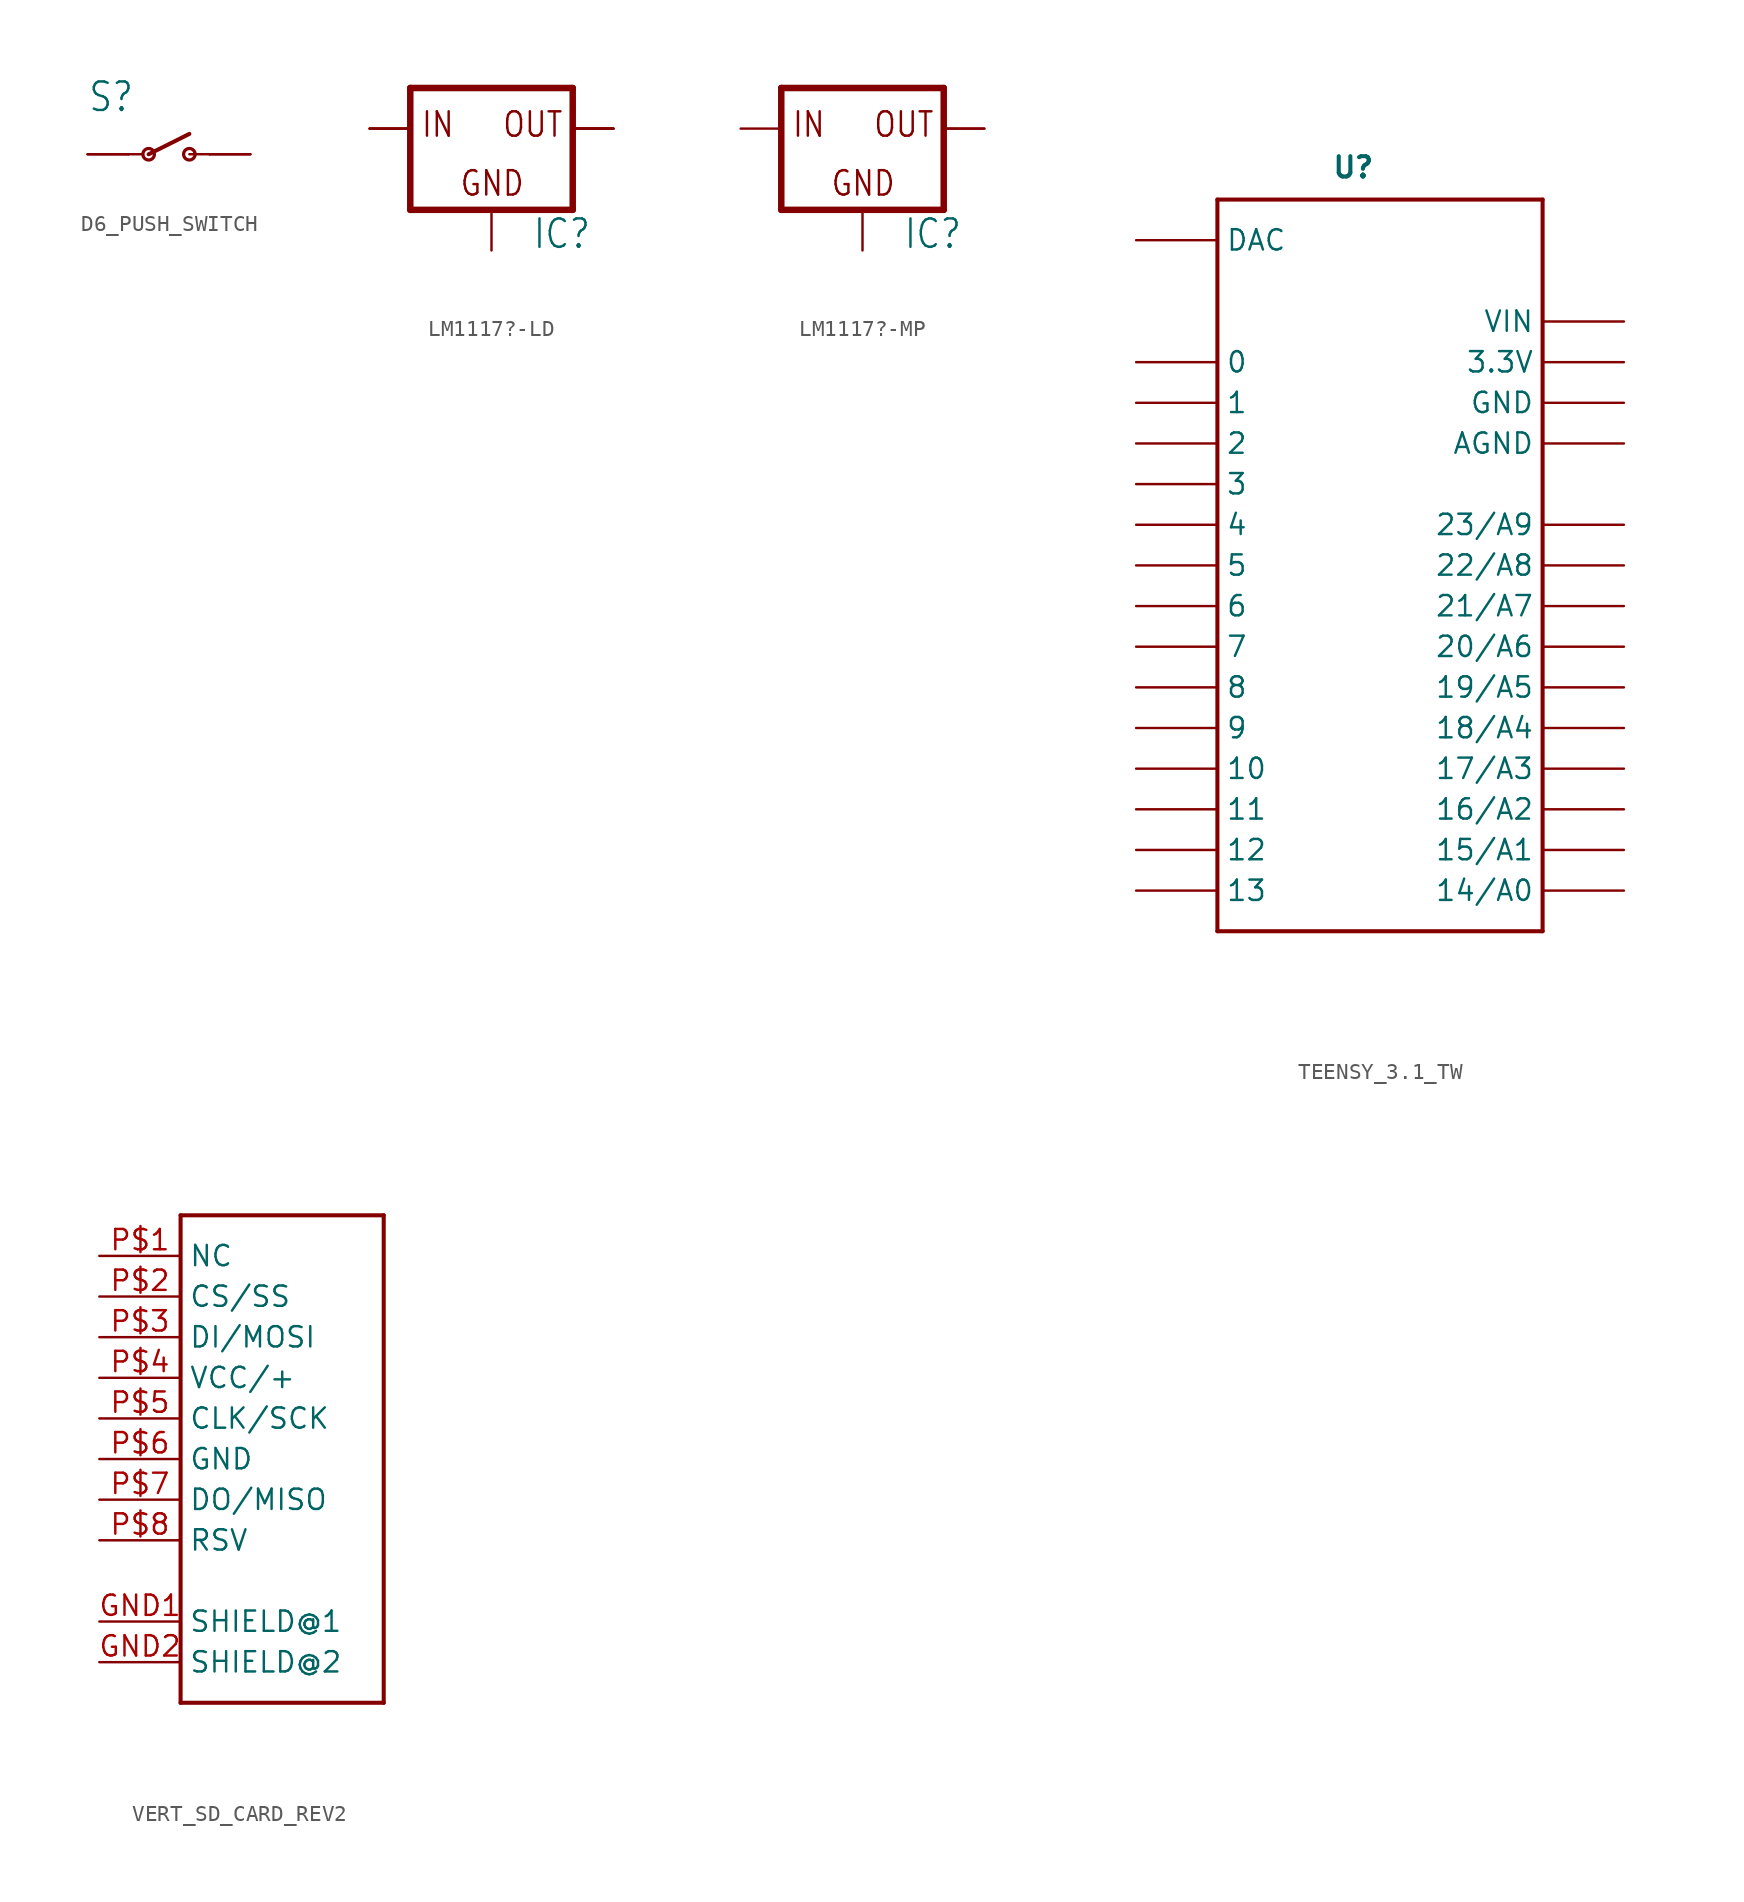
<source format=kicad_sym>
(kicad_symbol_lib
  (version 20231120)
  (generator "kicad_symbol_editor")
  (generator_version "8.0")
  (symbol "D6_PUSH_SWITCH"
    (property "Reference" "S"
      (at -5.08 2.54 0)
      (effects (font (size 1.778 1.511)) (justify left bottom)))
    (property "Value" ""
      (at -5.08 -2.54 0)
      (effects (font (size 1.778 1.511)) (justify left bottom)))
    (property "ki_locked" ""
      (at 0 0 0)
      (effects (font (size 1.27 1.27))))
    (symbol "D6_PUSH_SWITCH_1_0"
      (circle (center -1.27 0) (radius 0.359) (stroke (width 0.203) (type solid)) (fill (type none)))
      (polyline (pts (xy -2.54 0) (xy -1.626 0)) (stroke (width 0.152) (type solid)) (fill (type none)))
      (polyline (pts (xy -1.27 0) (xy 1.27 1.27)) (stroke (width 0.254) (type solid)) (fill (type none)))
      (polyline (pts (xy 1.27 0) (xy 2.54 0)) (stroke (width 0.152) (type solid)) (fill (type none)))
      (circle (center 1.27 0) (radius 0.359) (stroke (width 0.203) (type solid)) (fill (type none)))
      (pin passive line (at 5.08 0 180) (length 2.54) (name "O" (effects (font (size 0 0)))) (number "P$1" (effects (font (size 0 0)))))
      (pin passive line (at 5.08 0 180) (length 2.54) (name "O" (effects (font (size 0 0)))) (number "P$2" (effects (font (size 0 0)))))
      (pin passive line (at -5.08 0 0) (length 2.54) (name "P" (effects (font (size 0 0)))) (number "P$3" (effects (font (size 0 0)))))
      (pin passive line (at -5.08 0 0) (length 2.54) (name "P" (effects (font (size 0 0)))) (number "P$4" (effects (font (size 0 0)))))))
  (symbol "LM1117?-LD"
    (property "Reference" "IC"
      (at 2.54 -7.62 0)
      (effects (font (size 1.778 1.511)) (justify left bottom)))
    (property "Value" ""
      (at 2.54 -10.16 0)
      (effects (font (size 1.778 1.511)) (justify left bottom)))
    (property "ki_locked" ""
      (at 0 0 0)
      (effects (font (size 1.27 1.27))))
    (symbol "LM1117?-LD_1_0"
      (polyline (pts (xy -5.08 -5.08) (xy 5.08 -5.08)) (stroke (width 0.406) (type solid)) (fill (type none)))
      (polyline (pts (xy -5.08 2.54) (xy -5.08 -5.08)) (stroke (width 0.406) (type solid)) (fill (type none)))
      (polyline (pts (xy 5.08 -5.08) (xy 5.08 2.54)) (stroke (width 0.406) (type solid)) (fill (type none)))
      (polyline (pts (xy 5.08 2.54) (xy -5.08 2.54)) (stroke (width 0.406) (type solid)) (fill (type none)))
      (text "GND" (at -2.032 -4.318 0) (effects (font (size 1.524 1.295)) (justify left bottom)))
      (text "IN" (at -4.445 -0.635 0) (effects (font (size 1.524 1.295)) (justify left bottom)))
      (text "OUT" (at 0.635 -0.635 0) (effects (font (size 1.524 1.295)) (justify left bottom)))
      (pin input line (at 0 -7.62 90) (length 2.54) (name "GND" (effects (font (size 0 0)))) (number "1" (effects (font (size 0 0)))))
      (pin input line (at -7.62 0 0) (length 2.54) (name "IN" (effects (font (size 0 0)))) (number "2" (effects (font (size 0 0)))))
      (pin input line (at -7.62 0 0) (length 2.54) (name "IN" (effects (font (size 0 0)))) (number "3" (effects (font (size 0 0)))))
      (pin input line (at -7.62 0 0) (length 2.54) (name "IN" (effects (font (size 0 0)))) (number "4" (effects (font (size 0 0)))))
      (pin passive line (at 7.62 0 180) (length 2.54) (name "OUT" (effects (font (size 0 0)))) (number "5" (effects (font (size 0 0)))))
      (pin passive line (at 7.62 0 180) (length 2.54) (name "OUT" (effects (font (size 0 0)))) (number "6" (effects (font (size 0 0)))))
      (pin passive line (at 7.62 0 180) (length 2.54) (name "OUT" (effects (font (size 0 0)))) (number "7" (effects (font (size 0 0)))))
      (pin passive line (at 7.62 0 180) (length 2.54) (name "OUT" (effects (font (size 0 0)))) (number "EXP" (effects (font (size 0 0)))))))
  (symbol "LM1117?-MP"
    (property "Reference" "IC"
      (at 2.54 -7.62 0)
      (effects (font (size 1.778 1.511)) (justify left bottom)))
    (property "Value" ""
      (at 2.54 -10.16 0)
      (effects (font (size 1.778 1.511)) (justify left bottom)))
    (property "ki_locked" ""
      (at 0 0 0)
      (effects (font (size 1.27 1.27))))
    (symbol "LM1117?-MP_1_0"
      (polyline (pts (xy -5.08 -5.08) (xy 5.08 -5.08)) (stroke (width 0.406) (type solid)) (fill (type none)))
      (polyline (pts (xy -5.08 2.54) (xy -5.08 -5.08)) (stroke (width 0.406) (type solid)) (fill (type none)))
      (polyline (pts (xy 5.08 -5.08) (xy 5.08 2.54)) (stroke (width 0.406) (type solid)) (fill (type none)))
      (polyline (pts (xy 5.08 2.54) (xy -5.08 2.54)) (stroke (width 0.406) (type solid)) (fill (type none)))
      (text "GND" (at -2.032 -4.318 0) (effects (font (size 1.524 1.295)) (justify left bottom)))
      (text "IN" (at -4.445 -0.635 0) (effects (font (size 1.524 1.295)) (justify left bottom)))
      (text "OUT" (at 0.635 -0.635 0) (effects (font (size 1.524 1.295)) (justify left bottom)))
      (pin input line (at 0 -7.62 90) (length 2.54) (name "GND" (effects (font (size 0 0)))) (number "1" (effects (font (size 0 0)))))
      (pin passive line (at 7.62 0 180) (length 2.54) (name "OUT" (effects (font (size 0 0)))) (number "2" (effects (font (size 0 0)))))
      (pin input line (at -7.62 0 0) (length 2.54) (name "IN" (effects (font (size 0 0)))) (number "3" (effects (font (size 0 0)))))
      (pin passive line (at 7.62 0 180) (length 2.54) (name "OUT" (effects (font (size 0 0)))) (number "4" (effects (font (size 0 0)))))))
  (symbol "TEENSY_3.1_TW"
    (property "Reference" "U"
      (at -3.048 24.13 0)
      (effects (font (size 1.27 1.27) (thickness 0.254) (bold yes)) (justify left bottom)))
    (property "Value" ""
      (at -2.794 -25.4 0)
      (effects (font (size 1.27 1.27) (thickness 0.254) (bold yes)) (justify left bottom)))
    (property "ki_locked" ""
      (at 0 0 0)
      (effects (font (size 1.27 1.27))))
    (symbol "TEENSY_3.1_TW_1_0"
      (polyline (pts (xy -10.16 -22.86) (xy 10.16 -22.86)) (stroke (width 0.254) (type solid)) (fill (type none)))
      (polyline (pts (xy -10.16 22.86) (xy -10.16 -22.86)) (stroke (width 0.254) (type solid)) (fill (type none)))
      (polyline (pts (xy 10.16 -22.86) (xy 10.16 22.86)) (stroke (width 0.254) (type solid)) (fill (type none)))
      (polyline (pts (xy 10.16 22.86) (xy -10.16 22.86)) (stroke (width 0.254) (type solid)) (fill (type none)))
      (pin bidirectional line (at -15.24 12.7 0) (length 5.08) (name "0" (effects (font (size 1.27 1.27)))) (number "0" (effects (font (size 0 0)))))
      (pin bidirectional line (at -15.24 10.16 0) (length 5.08) (name "1" (effects (font (size 1.27 1.27)))) (number "1" (effects (font (size 0 0)))))
      (pin bidirectional line (at -15.24 -12.7 0) (length 5.08) (name "10" (effects (font (size 1.27 1.27)))) (number "10" (effects (font (size 0 0)))))
      (pin bidirectional line (at -15.24 -15.24 0) (length 5.08) (name "11" (effects (font (size 1.27 1.27)))) (number "11" (effects (font (size 0 0)))))
      (pin bidirectional line (at -15.24 -17.78 0) (length 5.08) (name "12" (effects (font (size 1.27 1.27)))) (number "12" (effects (font (size 0 0)))))
      (pin bidirectional line (at -15.24 -20.32 0) (length 5.08) (name "13" (effects (font (size 1.27 1.27)))) (number "13" (effects (font (size 0 0)))))
      (pin bidirectional line (at 15.24 -20.32 180) (length 5.08) (name "14/A0" (effects (font (size 1.27 1.27)))) (number "14/A0" (effects (font (size 0 0)))))
      (pin bidirectional line (at 15.24 -17.78 180) (length 5.08) (name "15/A1" (effects (font (size 1.27 1.27)))) (number "15/A1" (effects (font (size 0 0)))))
      (pin bidirectional line (at 15.24 -15.24 180) (length 5.08) (name "16/A2" (effects (font (size 1.27 1.27)))) (number "16/A2" (effects (font (size 0 0)))))
      (pin bidirectional line (at 15.24 -12.7 180) (length 5.08) (name "17/A3" (effects (font (size 1.27 1.27)))) (number "17/A3" (effects (font (size 0 0)))))
      (pin bidirectional line (at 15.24 -10.16 180) (length 5.08) (name "18/A4" (effects (font (size 1.27 1.27)))) (number "18/A4" (effects (font (size 0 0)))))
      (pin bidirectional line (at 15.24 -7.62 180) (length 5.08) (name "19/A5" (effects (font (size 1.27 1.27)))) (number "19/A5" (effects (font (size 0 0)))))
      (pin bidirectional line (at -15.24 7.62 0) (length 5.08) (name "2" (effects (font (size 1.27 1.27)))) (number "2" (effects (font (size 0 0)))))
      (pin bidirectional line (at 15.24 -5.08 180) (length 5.08) (name "20/A6" (effects (font (size 1.27 1.27)))) (number "20/A6" (effects (font (size 0 0)))))
      (pin bidirectional line (at 15.24 -2.54 180) (length 5.08) (name "21/A7" (effects (font (size 1.27 1.27)))) (number "21/A7" (effects (font (size 0 0)))))
      (pin bidirectional line (at 15.24 0 180) (length 5.08) (name "22/A8" (effects (font (size 1.27 1.27)))) (number "22/A8" (effects (font (size 0 0)))))
      (pin bidirectional line (at 15.24 2.54 180) (length 5.08) (name "23/A9" (effects (font (size 1.27 1.27)))) (number "23/A9" (effects (font (size 0 0)))))
      (pin bidirectional line (at -15.24 5.08 0) (length 5.08) (name "3" (effects (font (size 1.27 1.27)))) (number "3" (effects (font (size 0 0)))))
      (pin power_in line (at 15.24 12.7 180) (length 5.08) (name "3.3V" (effects (font (size 1.27 1.27)))) (number "3.3V" (effects (font (size 0 0)))))
      (pin bidirectional line (at -15.24 2.54 0) (length 5.08) (name "4" (effects (font (size 1.27 1.27)))) (number "4" (effects (font (size 0 0)))))
      (pin bidirectional line (at -15.24 0 0) (length 5.08) (name "5" (effects (font (size 1.27 1.27)))) (number "5" (effects (font (size 0 0)))))
      (pin bidirectional line (at -15.24 -2.54 0) (length 5.08) (name "6" (effects (font (size 1.27 1.27)))) (number "6" (effects (font (size 0 0)))))
      (pin bidirectional line (at -15.24 -5.08 0) (length 5.08) (name "7" (effects (font (size 1.27 1.27)))) (number "7" (effects (font (size 0 0)))))
      (pin bidirectional line (at -15.24 -7.62 0) (length 5.08) (name "8" (effects (font (size 1.27 1.27)))) (number "8" (effects (font (size 0 0)))))
      (pin bidirectional line (at -15.24 -10.16 0) (length 5.08) (name "9" (effects (font (size 1.27 1.27)))) (number "9" (effects (font (size 0 0)))))
      (pin power_in line (at 15.24 7.62 180) (length 5.08) (name "AGND" (effects (font (size 1.27 1.27)))) (number "AGND" (effects (font (size 0 0)))))
      (pin bidirectional line (at -15.24 20.32 0) (length 5.08) (name "DAC" (effects (font (size 1.27 1.27)))) (number "DAC" (effects (font (size 0 0)))))
      (pin power_in line (at 15.24 10.16 180) (length 5.08) (name "GND" (effects (font (size 1.27 1.27)))) (number "GND" (effects (font (size 0 0)))))
      (pin power_in line (at 15.24 15.24 180) (length 5.08) (name "VIN" (effects (font (size 1.27 1.27)))) (number "VIN" (effects (font (size 0 0)))))))
  (symbol "VERT_SD_CARD_REV2"
    (property "Reference" ""
      (at -2.54 15.748 0)
      (effects (font (size 1.778 1.511)) (justify left bottom) (hide yes)))
    (property "Value" ""
      (at -2.54 -17.78 0)
      (effects (font (size 1.778 1.511)) (justify left bottom)))
    (property "ki_locked" ""
      (at 0 0 0)
      (effects (font (size 1.27 1.27))))
    (symbol "VERT_SD_CARD_REV2_1_0"
      (polyline (pts (xy -2.54 -15.24) (xy -2.54 15.24)) (stroke (width 0.254) (type solid)) (fill (type none)))
      (polyline (pts (xy -2.54 15.24) (xy 10.16 15.24)) (stroke (width 0.254) (type solid)) (fill (type none)))
      (polyline (pts (xy 10.16 -15.24) (xy -2.54 -15.24)) (stroke (width 0.254) (type solid)) (fill (type none)))
      (polyline (pts (xy 10.16 15.24) (xy 10.16 -15.24)) (stroke (width 0.254) (type solid)) (fill (type none)))
      (pin bidirectional line (at -7.62 -10.16 0) (length 5.08) (name "SHIELD@1" (effects (font (size 1.27 1.27)))) (number "GND1" (effects (font (size 1.27 1.27)))))
      (pin bidirectional line (at -7.62 -12.7 0) (length 5.08) (name "SHIELD@2" (effects (font (size 1.27 1.27)))) (number "GND2" (effects (font (size 1.27 1.27)))))
      (pin bidirectional line (at -7.62 12.7 0) (length 5.08) (name "NC" (effects (font (size 1.27 1.27)))) (number "P$1" (effects (font (size 1.27 1.27)))))
      (pin bidirectional line (at -7.62 10.16 0) (length 5.08) (name "CS/SS" (effects (font (size 1.27 1.27)))) (number "P$2" (effects (font (size 1.27 1.27)))))
      (pin bidirectional line (at -7.62 7.62 0) (length 5.08) (name "DI/MOSI" (effects (font (size 1.27 1.27)))) (number "P$3" (effects (font (size 1.27 1.27)))))
      (pin bidirectional line (at -7.62 5.08 0) (length 5.08) (name "VCC/+" (effects (font (size 1.27 1.27)))) (number "P$4" (effects (font (size 1.27 1.27)))))
      (pin bidirectional line (at -7.62 2.54 0) (length 5.08) (name "CLK/SCK" (effects (font (size 1.27 1.27)))) (number "P$5" (effects (font (size 1.27 1.27)))))
      (pin bidirectional line (at -7.62 0 0) (length 5.08) (name "GND" (effects (font (size 1.27 1.27)))) (number "P$6" (effects (font (size 1.27 1.27)))))
      (pin bidirectional line (at -7.62 -2.54 0) (length 5.08) (name "DO/MISO" (effects (font (size 1.27 1.27)))) (number "P$7" (effects (font (size 1.27 1.27)))))
      (pin bidirectional line (at -7.62 -5.08 0) (length 5.08) (name "RSV" (effects (font (size 1.27 1.27)))) (number "P$8" (effects (font (size 1.27 1.27))))))))
</source>
